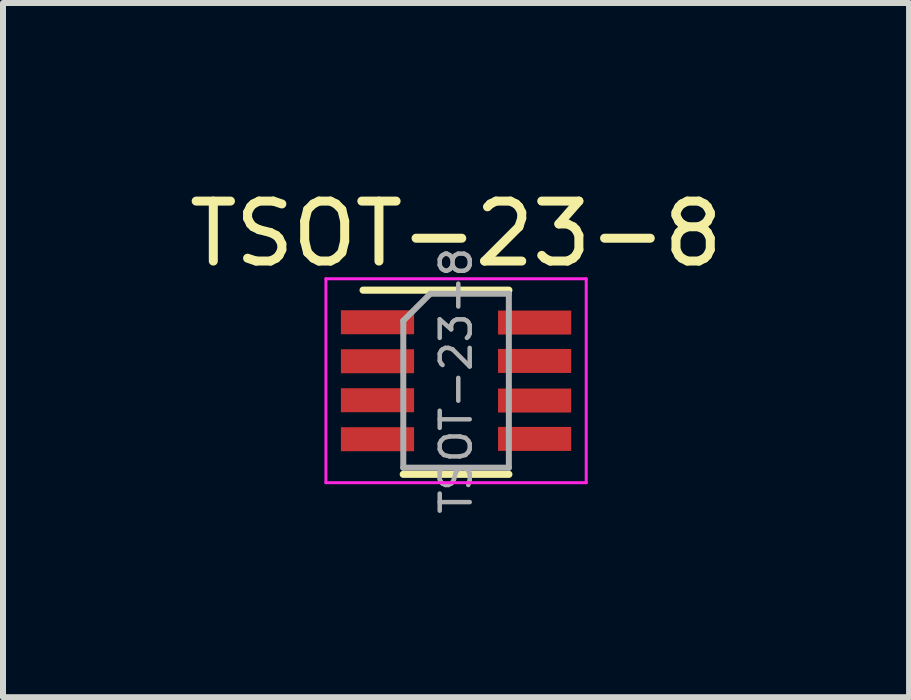
<source format=kicad_pcb>
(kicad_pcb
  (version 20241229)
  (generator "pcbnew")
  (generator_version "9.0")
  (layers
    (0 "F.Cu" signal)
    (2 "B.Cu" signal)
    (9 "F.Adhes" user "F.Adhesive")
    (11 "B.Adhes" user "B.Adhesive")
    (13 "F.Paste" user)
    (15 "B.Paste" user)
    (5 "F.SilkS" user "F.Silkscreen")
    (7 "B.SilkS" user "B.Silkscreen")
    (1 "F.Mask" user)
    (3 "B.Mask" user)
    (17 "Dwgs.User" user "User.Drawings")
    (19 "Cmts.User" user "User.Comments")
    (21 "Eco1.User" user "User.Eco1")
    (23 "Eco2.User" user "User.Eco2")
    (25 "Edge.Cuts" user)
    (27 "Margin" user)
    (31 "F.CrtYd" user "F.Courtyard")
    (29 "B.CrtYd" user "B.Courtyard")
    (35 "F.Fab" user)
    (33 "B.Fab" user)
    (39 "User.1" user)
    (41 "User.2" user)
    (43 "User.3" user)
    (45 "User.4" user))
  (footprint "TSOT-23-8"
    (layer "F.Cu")
    (at 4.554 3.298)
    (property "Reference" "TSOT-23-8" (at 0 -2.45 0) (layer "F.SilkS") (effects (font (size 1 1) (thickness 0.15))))
    (attr smd)
    (fp_line (start -0.88 1.56) (end 0.88 1.56) (stroke (width 0.12) (type solid)) (layer "F.SilkS"))
    (fp_line (start 0.88 -1.51) (end -1.55 -1.51) (stroke (width 0.12) (type solid)) (layer "F.SilkS"))
    (fp_line (start -2.17 -1.7) (end -2.17 1.7) (stroke (width 0.05) (type solid)) (layer "F.CrtYd"))
    (fp_line (start -2.17 -1.7) (end 2.17 -1.7) (stroke (width 0.05) (type solid)) (layer "F.CrtYd"))
    (fp_line (start 2.17 1.7) (end -2.17 1.7) (stroke (width 0.05) (type solid)) (layer "F.CrtYd"))
    (fp_line (start 2.17 1.7) (end 2.17 -1.7) (stroke (width 0.05) (type solid)) (layer "F.CrtYd"))
    (fp_line (start -0.88 -1) (end -0.88 1.45) (stroke (width 0.1) (type solid)) (layer "F.Fab"))
    (fp_line (start -0.88 -1) (end -0.43 -1.45) (stroke (width 0.1) (type solid)) (layer "F.Fab"))
    (fp_line (start 0.88 -1.45) (end -0.43 -1.45) (stroke (width 0.1) (type solid)) (layer "F.Fab"))
    (fp_line (start 0.88 -1.45) (end 0.88 1.45) (stroke (width 0.1) (type solid)) (layer "F.Fab"))
    (fp_line (start 0.88 1.45) (end -0.88 1.45) (stroke (width 0.1) (type solid)) (layer "F.Fab"))
    (fp_text user "${REFERENCE}" (at 0 0 90) (layer "F.Fab") (effects (font (size 0.5 0.5) (thickness 0.075))))
    (pad "1" smd rect (at -1.31 -0.975) (size 1.22 0.4) (layers "F.Cu" "F.Mask" "F.Paste"))
    (pad "2" smd rect (at -1.31 -0.325) (size 1.22 0.4) (layers "F.Cu" "F.Mask" "F.Paste"))
    (pad "3" smd rect (at -1.31 0.325) (size 1.22 0.4) (layers "F.Cu" "F.Mask" "F.Paste"))
    (pad "4" smd rect (at -1.31 0.975) (size 1.22 0.4) (layers "F.Cu" "F.Mask" "F.Paste"))
    (pad "5" smd rect (at 1.31 0.97) (size 1.22 0.4) (layers "F.Cu" "F.Mask" "F.Paste"))
    (pad "6" smd rect (at 1.31 0.33) (size 1.22 0.4) (layers "F.Cu" "F.Mask" "F.Paste"))
    (pad "7" smd rect (at 1.31 -0.33) (size 1.22 0.4) (layers "F.Cu" "F.Mask" "F.Paste"))
    (pad "8" smd rect (at 1.31 -0.97) (size 1.22 0.4) (layers "F.Cu" "F.Mask" "F.Paste")))
  (gr_rect
    (start -3 -3)
    (end 12.107 8.575)
    (stroke (width 0.1) (type default))
    (fill no)
    (layer "Edge.Cuts")))
</source>
